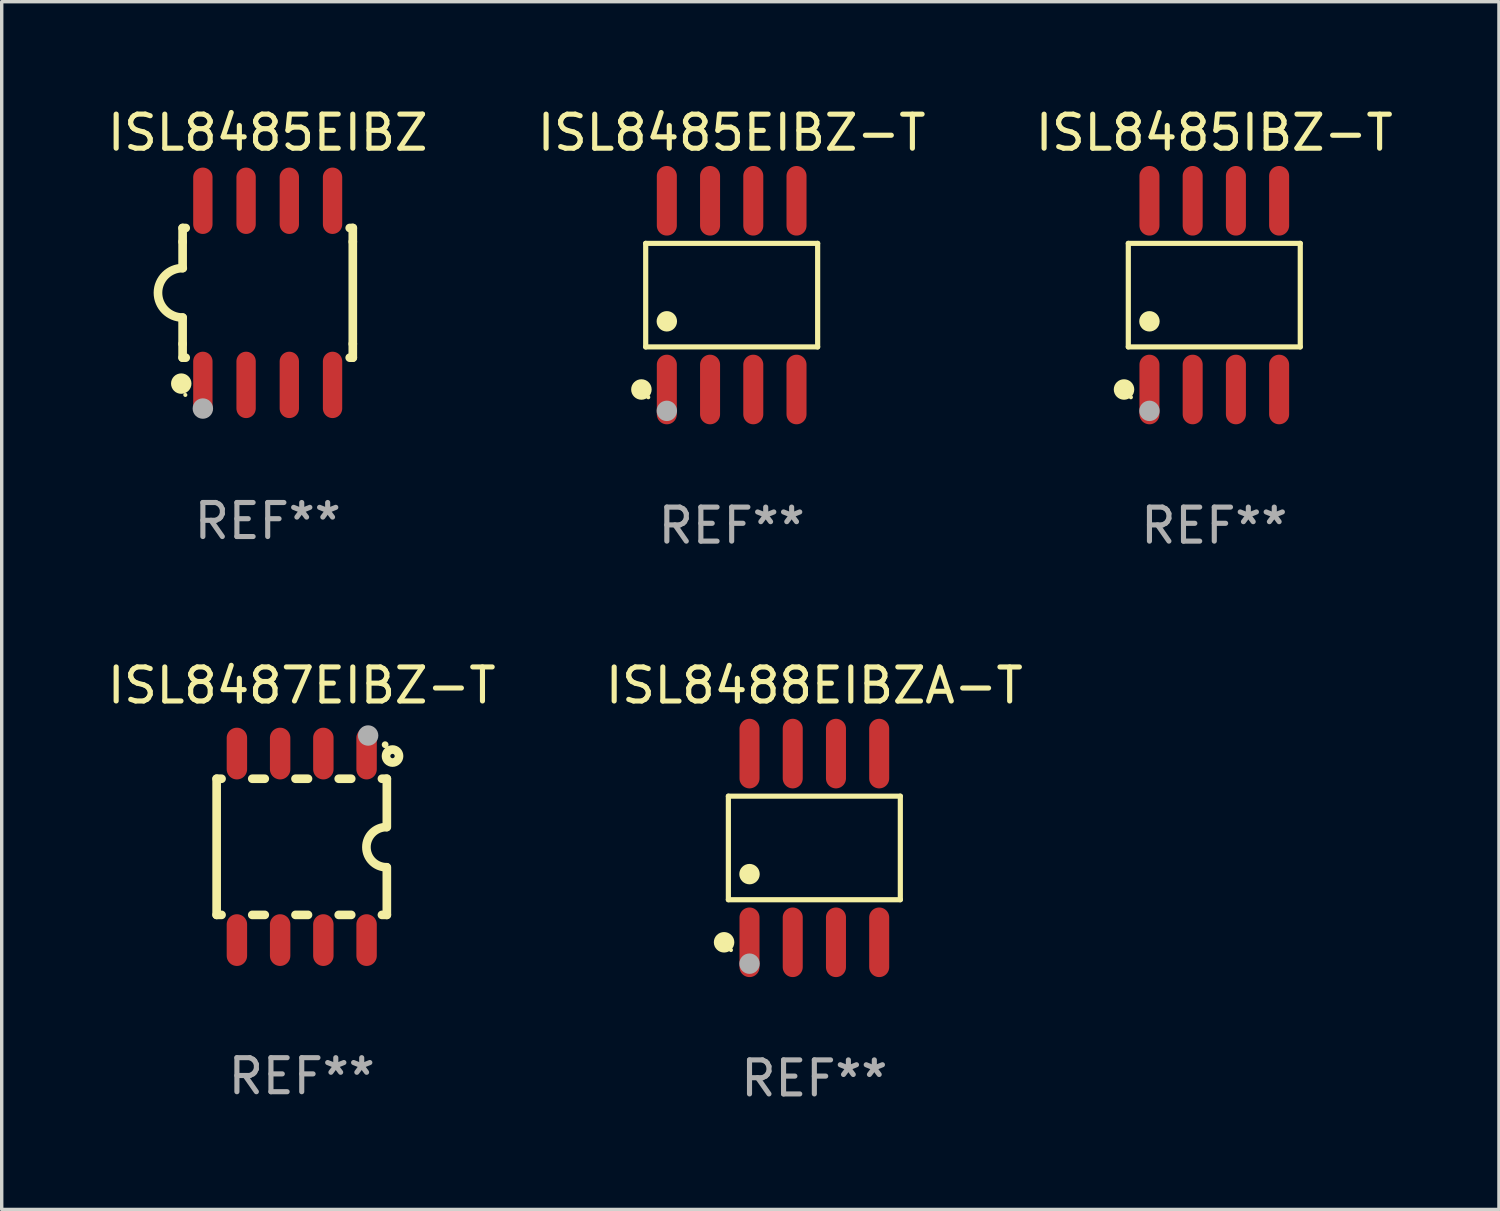
<source format=kicad_pcb>
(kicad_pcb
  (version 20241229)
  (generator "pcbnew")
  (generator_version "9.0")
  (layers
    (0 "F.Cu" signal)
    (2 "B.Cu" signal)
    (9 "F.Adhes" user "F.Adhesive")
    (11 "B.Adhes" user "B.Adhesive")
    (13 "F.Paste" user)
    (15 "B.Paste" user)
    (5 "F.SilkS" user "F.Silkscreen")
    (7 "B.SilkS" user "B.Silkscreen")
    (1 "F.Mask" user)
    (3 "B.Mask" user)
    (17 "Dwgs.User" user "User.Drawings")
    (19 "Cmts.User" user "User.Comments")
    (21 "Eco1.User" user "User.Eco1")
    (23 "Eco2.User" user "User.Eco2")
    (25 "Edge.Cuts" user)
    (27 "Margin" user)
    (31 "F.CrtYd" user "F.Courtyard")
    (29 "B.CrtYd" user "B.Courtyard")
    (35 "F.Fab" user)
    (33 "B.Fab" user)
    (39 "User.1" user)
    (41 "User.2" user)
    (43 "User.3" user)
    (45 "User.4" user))
  (footprint "ISL8487EIBZ-T"
    (layer "F.Cu")
    (at 5.815 21.829)
    (property "Reference" "ISL8487EIBZ-T" (at 0 -4.74 0) (layer "F.SilkS") (effects (font (size 1 1) (thickness 0.15))))
    (attr through_hole)
    (fp_line (start -2.5 2) (end -2.5 -2) (stroke (width 0.254) (type solid)) (layer "F.SilkS"))
    (fp_line (start -2.356 -2) (end -2.5 -2) (stroke (width 0.254) (type solid)) (layer "F.SilkS"))
    (fp_line (start -2.356 2) (end -2.5 2) (stroke (width 0.254) (type solid)) (layer "F.SilkS"))
    (fp_line (start -1.086 -2) (end -1.454 -2) (stroke (width 0.254) (type solid)) (layer "F.SilkS"))
    (fp_line (start -1.086 2) (end -1.454 2) (stroke (width 0.254) (type solid)) (layer "F.SilkS"))
    (fp_line (start 0.184 -2) (end -0.184 -2) (stroke (width 0.254) (type solid)) (layer "F.SilkS"))
    (fp_line (start 0.184 2) (end -0.184 2) (stroke (width 0.254) (type solid)) (layer "F.SilkS"))
    (fp_line (start 1.454 -2) (end 1.086 -2) (stroke (width 0.254) (type solid)) (layer "F.SilkS"))
    (fp_line (start 1.454 2) (end 1.086 2) (stroke (width 0.254) (type solid)) (layer "F.SilkS"))
    (fp_line (start 2.5 -2) (end 2.356 -2) (stroke (width 0.254) (type solid)) (layer "F.SilkS"))
    (fp_line (start 2.5 -0.58) (end 2.5 -2) (stroke (width 0.254) (type solid)) (layer "F.SilkS"))
    (fp_line (start 2.5 2) (end 2.356 2) (stroke (width 0.254) (type solid)) (layer "F.SilkS"))
    (fp_line (start 2.5 2) (end 2.5 0.6) (stroke (width 0.254) (type solid)) (layer "F.SilkS"))
    (fp_arc (start 2.489992 0.600051) (mid 1.901674 0.010046) (end 2.489992 -0.579959) (stroke (width 0.254001) (type solid)) (layer "F.SilkS"))
    (fp_circle (center 2.45 -3) (end 2.5 -3) (stroke (width 0.1) (type solid)) (fill no) (layer "F.SilkS"))
    (fp_circle (center 2.667 -2.667) (end 2.858 -2.667) (stroke (width 0.254) (type solid)) (fill no) (layer "F.SilkS"))
    (fp_circle (center 1.95 -3.27) (end 2.1 -3.27) (stroke (width 0.3) (type solid)) (fill no) (layer "F.Fab"))
    (fp_text user "REF**" (at 0 6.74 0) (layer "F.Fab") (effects (font (size 1 1) (thickness 0.15))))
    (pad "1" smd oval (at 1.905 -2.74) (size 0.6 1.52) (layers "F.Cu" "F.Mask" "F.Paste"))
    (pad "2" smd oval (at 0.635 -2.74) (size 0.6 1.52) (layers "F.Cu" "F.Mask" "F.Paste"))
    (pad "3" smd oval (at -0.635 -2.74) (size 0.6 1.52) (layers "F.Cu" "F.Mask" "F.Paste"))
    (pad "4" smd oval (at -1.905 -2.74) (size 0.6 1.52) (layers "F.Cu" "F.Mask" "F.Paste"))
    (pad "5" smd oval (at -1.905 2.74) (size 0.6 1.52) (layers "F.Cu" "F.Mask" "F.Paste"))
    (pad "6" smd oval (at -0.635 2.74) (size 0.6 1.52) (layers "F.Cu" "F.Mask" "F.Paste"))
    (pad "7" smd oval (at 0.635 2.74) (size 0.6 1.52) (layers "F.Cu" "F.Mask" "F.Paste"))
    (pad "8" smd oval (at 1.905 2.74) (size 0.6 1.52) (layers "F.Cu" "F.Mask" "F.Paste")))
  (footprint "ISL8485EIBZ"
    (layer "F.Cu")
    (at 4.815 5.553)
    (property "Reference" "ISL8485EIBZ" (at 0 -4.705 0) (layer "F.SilkS") (effects (font (size 1 1) (thickness 0.15))))
    (attr through_hole)
    (fp_line (start -2.5 -1.905) (end -2.409 -1.905) (stroke (width 0.254) (type solid)) (layer "F.SilkS"))
    (fp_line (start -2.5 -1.5) (end -2.5 -1.905) (stroke (width 0.254) (type solid)) (layer "F.SilkS"))
    (fp_line (start -2.5 -1.5) (end -2.5 -0.726) (stroke (width 0.254) (type solid)) (layer "F.SilkS"))
    (fp_line (start -2.5 1.5) (end -2.5 0.727) (stroke (width 0.254) (type solid)) (layer "F.SilkS"))
    (fp_line (start -2.5 1.5) (end -2.5 1.905) (stroke (width 0.254) (type solid)) (layer "F.SilkS"))
    (fp_line (start -2.5 1.905) (end -2.409 1.905) (stroke (width 0.254) (type solid)) (layer "F.SilkS"))
    (fp_line (start 2.5 -1.905) (end 2.409 -1.905) (stroke (width 0.254) (type solid)) (layer "F.SilkS"))
    (fp_line (start 2.5 -1.5) (end 2.5 -1.905) (stroke (width 0.254) (type solid)) (layer "F.SilkS"))
    (fp_line (start 2.5 -1.5) (end 2.5 1.5) (stroke (width 0.254) (type solid)) (layer "F.SilkS"))
    (fp_line (start 2.5 1.5) (end 2.5 1.905) (stroke (width 0.254) (type solid)) (layer "F.SilkS"))
    (fp_line (start 2.5 1.905) (end 2.409 1.905) (stroke (width 0.254) (type solid)) (layer "F.SilkS"))
    (fp_arc (start -2.5 0.726568) (mid -3.220316 -0.0023) (end -2.495097 -0.726289) (stroke (width 0.254001) (type solid)) (layer "F.SilkS"))
    (fp_circle (center -2.54 2.667) (end -2.39 2.667) (stroke (width 0.3) (type solid)) (fill no) (layer "F.SilkS"))
    (fp_circle (center -2.42 3) (end -2.39 3) (stroke (width 0.06) (type solid)) (fill no) (layer "F.SilkS"))
    (fp_circle (center -1.905 3.4) (end -1.755 3.4) (stroke (width 0.3) (type solid)) (fill no) (layer "F.Fab"))
    (fp_text user "REF**" (at 0 6.705 0) (layer "F.Fab") (effects (font (size 1 1) (thickness 0.15))))
    (pad "1" smd oval (at -1.905 2.705) (size 0.568 1.95) (layers "F.Cu" "F.Mask" "F.Paste"))
    (pad "2" smd oval (at -0.635 2.705) (size 0.568 1.95) (layers "F.Cu" "F.Mask" "F.Paste"))
    (pad "3" smd oval (at 0.635 2.705) (size 0.568 1.95) (layers "F.Cu" "F.Mask" "F.Paste"))
    (pad "4" smd oval (at 1.905 2.705) (size 0.568 1.95) (layers "F.Cu" "F.Mask" "F.Paste"))
    (pad "5" smd oval (at 1.905 -2.705) (size 0.568 1.95) (layers "F.Cu" "F.Mask" "F.Paste"))
    (pad "6" smd oval (at 0.635 -2.705) (size 0.568 1.95) (layers "F.Cu" "F.Mask" "F.Paste"))
    (pad "7" smd oval (at -0.635 -2.705) (size 0.568 1.95) (layers "F.Cu" "F.Mask" "F.Paste"))
    (pad "8" smd oval (at -1.905 -2.705) (size 0.568 1.95) (layers "F.Cu" "F.Mask" "F.Paste")))
  (footprint "ISL8488EIBZA-T"
    (layer "F.Cu")
    (at 20.875 21.862)
    (property "Reference" "ISL8488EIBZA-T" (at 0 -4.772 0) (layer "F.SilkS") (effects (font (size 1 1) (thickness 0.15))))
    (attr through_hole)
    (fp_line (start -2.526 -1.521) (end 2.526 -1.521) (stroke (width 0.152) (type solid)) (layer "F.SilkS"))
    (fp_line (start -2.526 1.521) (end -2.526 -1.521) (stroke (width 0.152) (type solid)) (layer "F.SilkS"))
    (fp_line (start 2.526 -1.521) (end 2.526 1.521) (stroke (width 0.152) (type solid)) (layer "F.SilkS"))
    (fp_line (start 2.526 1.521) (end -2.526 1.521) (stroke (width 0.152) (type solid)) (layer "F.SilkS"))
    (fp_circle (center -2.652 2.772) (end -2.501 2.772) (stroke (width 0.3) (type solid)) (fill no) (layer "F.SilkS"))
    (fp_circle (center -2.45 3) (end -2.42 3) (stroke (width 0.06) (type solid)) (fill no) (layer "F.SilkS"))
    (fp_circle (center -1.905 0.769) (end -1.755 0.769) (stroke (width 0.3) (type solid)) (fill no) (layer "F.SilkS"))
    (fp_circle (center -1.905 3.4) (end -1.755 3.4) (stroke (width 0.3) (type solid)) (fill no) (layer "F.Fab"))
    (fp_text user "REF**" (at 0 6.772 0) (layer "F.Fab") (effects (font (size 1 1) (thickness 0.15))))
    (pad "1" smd oval (at -1.905 2.772) (size 0.588 2.045) (layers "F.Cu" "F.Mask" "F.Paste"))
    (pad "2" smd oval (at -0.635 2.772) (size 0.588 2.045) (layers "F.Cu" "F.Mask" "F.Paste"))
    (pad "3" smd oval (at 0.635 2.772) (size 0.588 2.045) (layers "F.Cu" "F.Mask" "F.Paste"))
    (pad "4" smd oval (at 1.905 2.772) (size 0.588 2.045) (layers "F.Cu" "F.Mask" "F.Paste"))
    (pad "5" smd oval (at 1.905 -2.772) (size 0.588 2.045) (layers "F.Cu" "F.Mask" "F.Paste"))
    (pad "6" smd oval (at 0.635 -2.772) (size 0.588 2.045) (layers "F.Cu" "F.Mask" "F.Paste"))
    (pad "7" smd oval (at -0.635 -2.772) (size 0.588 2.045) (layers "F.Cu" "F.Mask" "F.Paste"))
    (pad "8" smd oval (at -1.905 -2.772) (size 0.588 2.045) (layers "F.Cu" "F.Mask" "F.Paste")))
  (footprint "ISL8485EIBZ-T"
    (layer "F.Cu")
    (at 18.446 5.621)
    (property "Reference" "ISL8485EIBZ-T" (at 0 -4.772 0) (layer "F.SilkS") (effects (font (size 1 1) (thickness 0.15))))
    (attr through_hole)
    (fp_line (start -2.526 -1.521) (end 2.526 -1.521) (stroke (width 0.152) (type solid)) (layer "F.SilkS"))
    (fp_line (start -2.526 1.521) (end -2.526 -1.521) (stroke (width 0.152) (type solid)) (layer "F.SilkS"))
    (fp_line (start 2.526 -1.521) (end 2.526 1.521) (stroke (width 0.152) (type solid)) (layer "F.SilkS"))
    (fp_line (start 2.526 1.521) (end -2.526 1.521) (stroke (width 0.152) (type solid)) (layer "F.SilkS"))
    (fp_circle (center -2.652 2.772) (end -2.501 2.772) (stroke (width 0.3) (type solid)) (fill no) (layer "F.SilkS"))
    (fp_circle (center -2.45 3) (end -2.42 3) (stroke (width 0.06) (type solid)) (fill no) (layer "F.SilkS"))
    (fp_circle (center -1.905 0.769) (end -1.755 0.769) (stroke (width 0.3) (type solid)) (fill no) (layer "F.SilkS"))
    (fp_circle (center -1.905 3.4) (end -1.755 3.4) (stroke (width 0.3) (type solid)) (fill no) (layer "F.Fab"))
    (fp_text user "REF**" (at 0 6.772 0) (layer "F.Fab") (effects (font (size 1 1) (thickness 0.15))))
    (pad "1" smd oval (at -1.905 2.772) (size 0.588 2.045) (layers "F.Cu" "F.Mask" "F.Paste"))
    (pad "2" smd oval (at -0.635 2.772) (size 0.588 2.045) (layers "F.Cu" "F.Mask" "F.Paste"))
    (pad "3" smd oval (at 0.635 2.772) (size 0.588 2.045) (layers "F.Cu" "F.Mask" "F.Paste"))
    (pad "4" smd oval (at 1.905 2.772) (size 0.588 2.045) (layers "F.Cu" "F.Mask" "F.Paste"))
    (pad "5" smd oval (at 1.905 -2.772) (size 0.588 2.045) (layers "F.Cu" "F.Mask" "F.Paste"))
    (pad "6" smd oval (at 0.635 -2.772) (size 0.588 2.045) (layers "F.Cu" "F.Mask" "F.Paste"))
    (pad "7" smd oval (at -0.635 -2.772) (size 0.588 2.045) (layers "F.Cu" "F.Mask" "F.Paste"))
    (pad "8" smd oval (at -1.905 -2.772) (size 0.588 2.045) (layers "F.Cu" "F.Mask" "F.Paste")))
  (footprint "ISL8485IBZ-T"
    (layer "F.Cu")
    (at 32.625 5.621)
    (property "Reference" "ISL8485IBZ-T" (at 0 -4.772 0) (layer "F.SilkS") (effects (font (size 1 1) (thickness 0.15))))
    (attr through_hole)
    (fp_line (start -2.526 -1.521) (end 2.526 -1.521) (stroke (width 0.152) (type solid)) (layer "F.SilkS"))
    (fp_line (start -2.526 1.521) (end -2.526 -1.521) (stroke (width 0.152) (type solid)) (layer "F.SilkS"))
    (fp_line (start 2.526 -1.521) (end 2.526 1.521) (stroke (width 0.152) (type solid)) (layer "F.SilkS"))
    (fp_line (start 2.526 1.521) (end -2.526 1.521) (stroke (width 0.152) (type solid)) (layer "F.SilkS"))
    (fp_circle (center -2.652 2.772) (end -2.501 2.772) (stroke (width 0.3) (type solid)) (fill no) (layer "F.SilkS"))
    (fp_circle (center -2.45 3) (end -2.42 3) (stroke (width 0.06) (type solid)) (fill no) (layer "F.SilkS"))
    (fp_circle (center -1.905 0.769) (end -1.755 0.769) (stroke (width 0.3) (type solid)) (fill no) (layer "F.SilkS"))
    (fp_circle (center -1.905 3.4) (end -1.755 3.4) (stroke (width 0.3) (type solid)) (fill no) (layer "F.Fab"))
    (fp_text user "REF**" (at 0 6.772 0) (layer "F.Fab") (effects (font (size 1 1) (thickness 0.15))))
    (pad "1" smd oval (at -1.905 2.772) (size 0.588 2.045) (layers "F.Cu" "F.Mask" "F.Paste"))
    (pad "2" smd oval (at -0.635 2.772) (size 0.588 2.045) (layers "F.Cu" "F.Mask" "F.Paste"))
    (pad "3" smd oval (at 0.635 2.772) (size 0.588 2.045) (layers "F.Cu" "F.Mask" "F.Paste"))
    (pad "4" smd oval (at 1.905 2.772) (size 0.588 2.045) (layers "F.Cu" "F.Mask" "F.Paste"))
    (pad "5" smd oval (at 1.905 -2.772) (size 0.588 2.045) (layers "F.Cu" "F.Mask" "F.Paste"))
    (pad "6" smd oval (at 0.635 -2.772) (size 0.588 2.045) (layers "F.Cu" "F.Mask" "F.Paste"))
    (pad "7" smd oval (at -0.635 -2.772) (size 0.588 2.045) (layers "F.Cu" "F.Mask" "F.Paste"))
    (pad "8" smd oval (at -1.905 -2.772) (size 0.588 2.045) (layers "F.Cu" "F.Mask" "F.Paste")))
  (gr_rect
    (start -3 -3)
    (end 40.988 32.483)
    (stroke (width 0.1) (type default))
    (fill no)
    (layer "Edge.Cuts")))
</source>
